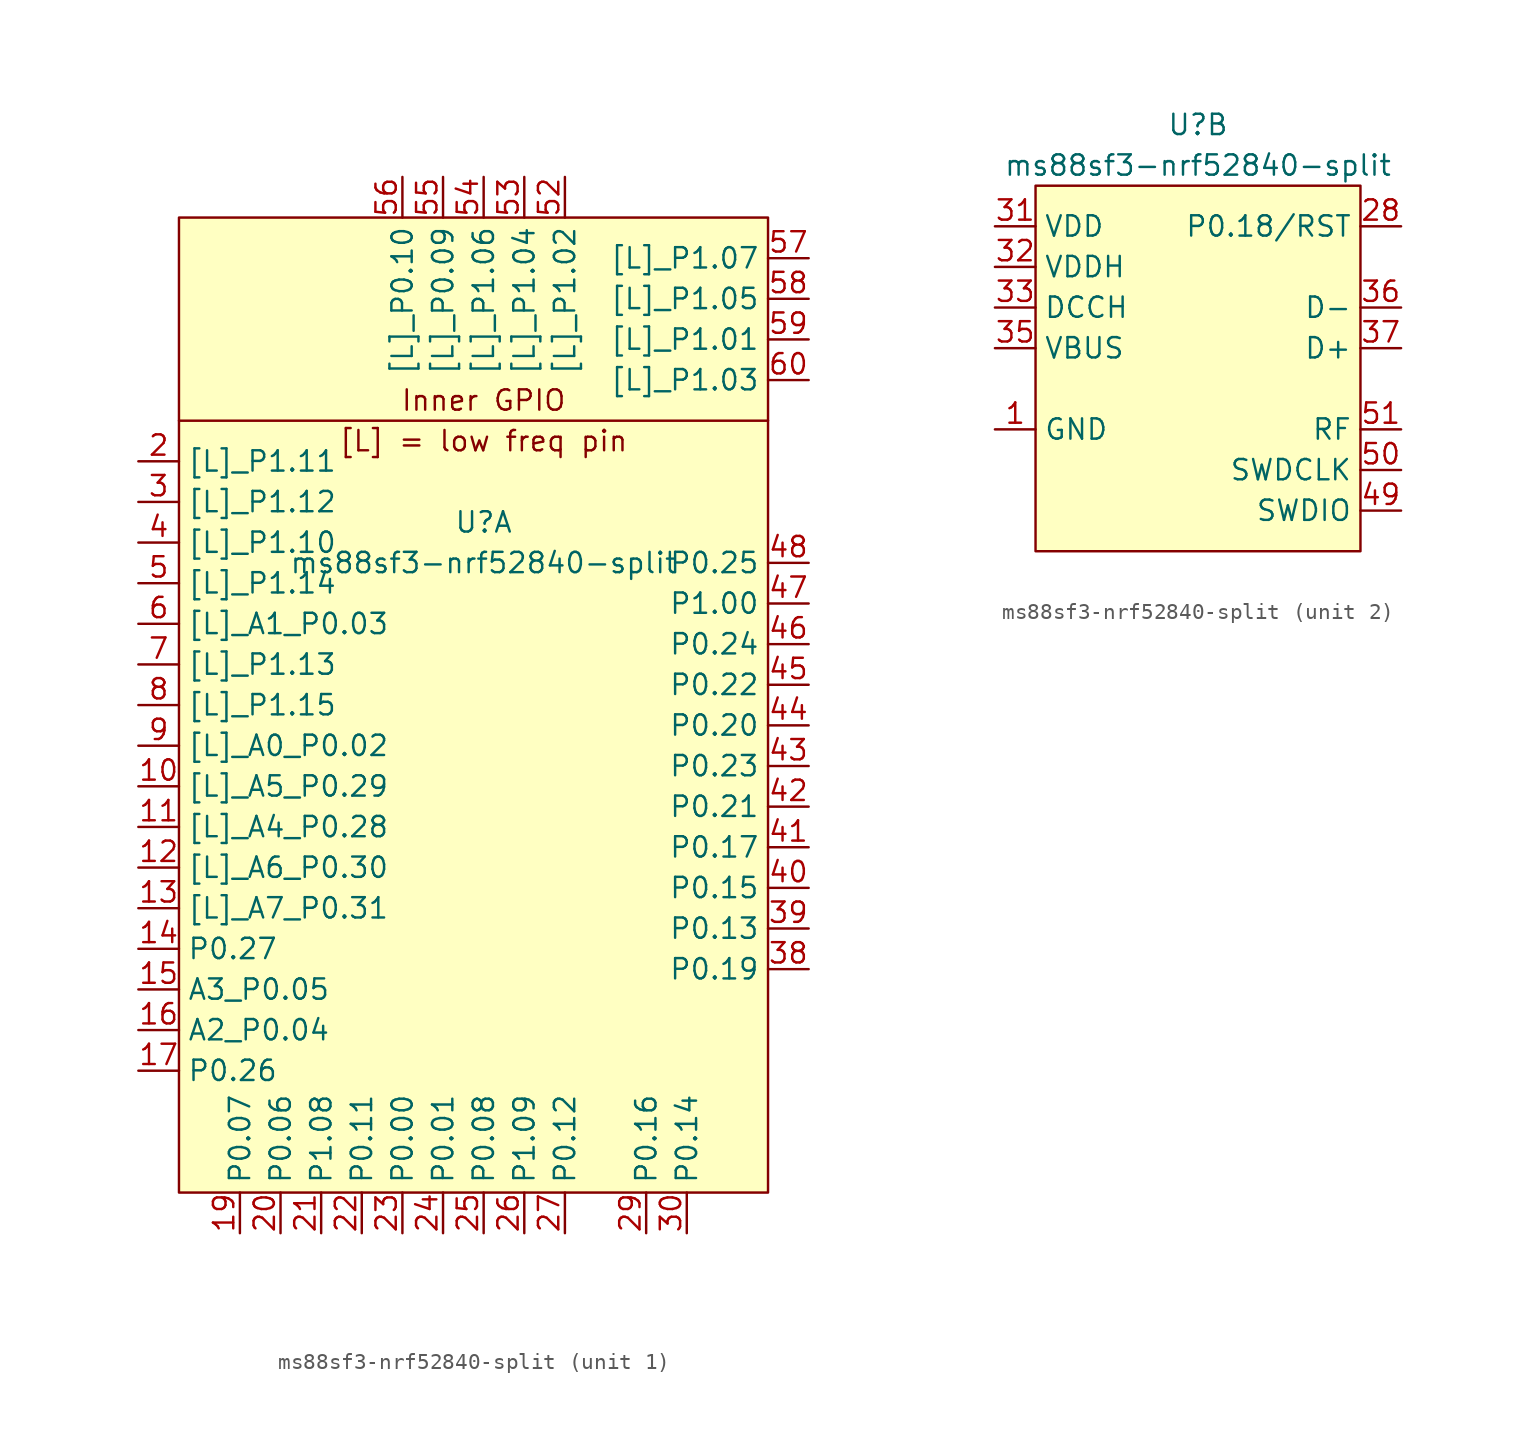
<source format=kicad_sym>
(kicad_symbol_lib
  (version 20220914)
  (generator kicad_symbol_editor)
  (symbol "ms88sf3-nrf52840-split"
    (property "Reference" "U"
      (at 0 11.43 0)
      (effects (font (size 1.27 1.27))))
    (property "Value" "ms88sf3-nrf52840-split"
      (at 0 8.89 0)
      (effects (font (size 1.27 1.27))))
    (property "ki_locked" ""
      (at 0 0 0)
      (effects (font (size 1.27 1.27))))
    (symbol "ms88sf3-nrf52840-split_1_1"
      (rectangle (start -19.05 30.48) (end 17.78 -30.48) (stroke (width 0.152) (type default)) (fill (type background)))
      (polyline (pts (xy 17.78 17.78) (xy -19.05 17.78)) (stroke (width 0.152) (type default)) (fill (type none)))
      (text "[L] = low freq pin" (at 0 16.51 0) (effects (font (size 1.27 1.27))))
      (text "Inner GPIO" (at 0 19.05 0) (effects (font (size 1.27 1.27))))
      (pin bidirectional line (at -21.59 -5.08 0) (length 2.54) (name "[L]_A5_P0.29" (effects (font (size 1.27 1.27)))) (number "10" (effects (font (size 1.27 1.27)))))
      (pin bidirectional line (at -21.59 -7.62 0) (length 2.54) (name "[L]_A4_P0.28" (effects (font (size 1.27 1.27)))) (number "11" (effects (font (size 1.27 1.27)))))
      (pin bidirectional line (at -21.59 -10.16 0) (length 2.54) (name "[L]_A6_P0.30" (effects (font (size 1.27 1.27)))) (number "12" (effects (font (size 1.27 1.27)))))
      (pin bidirectional line (at -21.59 -12.7 0) (length 2.54) (name "[L]_A7_P0.31" (effects (font (size 1.27 1.27)))) (number "13" (effects (font (size 1.27 1.27)))))
      (pin bidirectional line (at -21.59 -15.24 0) (length 2.54) (name "P0.27" (effects (font (size 1.27 1.27)))) (number "14" (effects (font (size 1.27 1.27)))))
      (pin bidirectional line (at -21.59 -17.78 0) (length 2.54) (name "A3_P0.05" (effects (font (size 1.27 1.27)))) (number "15" (effects (font (size 1.27 1.27)))))
      (pin bidirectional line (at -21.59 -20.32 0) (length 2.54) (name "A2_P0.04" (effects (font (size 1.27 1.27)))) (number "16" (effects (font (size 1.27 1.27)))))
      (pin bidirectional line (at -21.59 -22.86 0) (length 2.54) (name "P0.26" (effects (font (size 1.27 1.27)))) (number "17" (effects (font (size 1.27 1.27)))))
      (pin bidirectional line (at -15.24 -33.02 90) (length 2.54) (name "P0.07" (effects (font (size 1.27 1.27)))) (number "19" (effects (font (size 1.27 1.27)))))
      (pin bidirectional line (at -21.59 15.24 0) (length 2.54) (name "[L]_P1.11" (effects (font (size 1.27 1.27)))) (number "2" (effects (font (size 1.27 1.27)))))
      (pin bidirectional line (at -12.7 -33.02 90) (length 2.54) (name "P0.06" (effects (font (size 1.27 1.27)))) (number "20" (effects (font (size 1.27 1.27)))))
      (pin bidirectional line (at -10.16 -33.02 90) (length 2.54) (name "P1.08" (effects (font (size 1.27 1.27)))) (number "21" (effects (font (size 1.27 1.27)))))
      (pin bidirectional line (at -7.62 -33.02 90) (length 2.54) (name "P0.11" (effects (font (size 1.27 1.27)))) (number "22" (effects (font (size 1.27 1.27)))))
      (pin bidirectional line (at -5.08 -33.02 90) (length 2.54) (name "P0.00" (effects (font (size 1.27 1.27)))) (number "23" (effects (font (size 1.27 1.27)))))
      (pin bidirectional line (at -2.54 -33.02 90) (length 2.54) (name "P0.01" (effects (font (size 1.27 1.27)))) (number "24" (effects (font (size 1.27 1.27)))))
      (pin bidirectional line (at 0 -33.02 90) (length 2.54) (name "P0.08" (effects (font (size 1.27 1.27)))) (number "25" (effects (font (size 1.27 1.27)))))
      (pin bidirectional line (at 2.54 -33.02 90) (length 2.54) (name "P1.09" (effects (font (size 1.27 1.27)))) (number "26" (effects (font (size 1.27 1.27)))))
      (pin bidirectional line (at 5.08 -33.02 90) (length 2.54) (name "P0.12" (effects (font (size 1.27 1.27)))) (number "27" (effects (font (size 1.27 1.27)))))
      (pin bidirectional line (at 10.16 -33.02 90) (length 2.54) (name "P0.16" (effects (font (size 1.27 1.27)))) (number "29" (effects (font (size 1.27 1.27)))))
      (pin bidirectional line (at -21.59 12.7 0) (length 2.54) (name "[L]_P1.12" (effects (font (size 1.27 1.27)))) (number "3" (effects (font (size 1.27 1.27)))))
      (pin bidirectional line (at 12.7 -33.02 90) (length 2.54) (name "P0.14" (effects (font (size 1.27 1.27)))) (number "30" (effects (font (size 1.27 1.27)))))
      (pin bidirectional line (at 20.32 -16.51 180) (length 2.54) (name "P0.19" (effects (font (size 1.27 1.27)))) (number "38" (effects (font (size 1.27 1.27)))))
      (pin bidirectional line (at 20.32 -13.97 180) (length 2.54) (name "P0.13" (effects (font (size 1.27 1.27)))) (number "39" (effects (font (size 1.27 1.27)))))
      (pin bidirectional line (at -21.59 10.16 0) (length 2.54) (name "[L]_P1.10" (effects (font (size 1.27 1.27)))) (number "4" (effects (font (size 1.27 1.27)))))
      (pin bidirectional line (at 20.32 -11.43 180) (length 2.54) (name "P0.15" (effects (font (size 1.27 1.27)))) (number "40" (effects (font (size 1.27 1.27)))))
      (pin bidirectional line (at 20.32 -8.89 180) (length 2.54) (name "P0.17" (effects (font (size 1.27 1.27)))) (number "41" (effects (font (size 1.27 1.27)))))
      (pin bidirectional line (at 20.32 -6.35 180) (length 2.54) (name "P0.21" (effects (font (size 1.27 1.27)))) (number "42" (effects (font (size 1.27 1.27)))))
      (pin bidirectional line (at 20.32 -3.81 180) (length 2.54) (name "P0.23" (effects (font (size 1.27 1.27)))) (number "43" (effects (font (size 1.27 1.27)))))
      (pin bidirectional line (at 20.32 -1.27 180) (length 2.54) (name "P0.20" (effects (font (size 1.27 1.27)))) (number "44" (effects (font (size 1.27 1.27)))))
      (pin bidirectional line (at 20.32 1.27 180) (length 2.54) (name "P0.22" (effects (font (size 1.27 1.27)))) (number "45" (effects (font (size 1.27 1.27)))))
      (pin bidirectional line (at 20.32 3.81 180) (length 2.54) (name "P0.24" (effects (font (size 1.27 1.27)))) (number "46" (effects (font (size 1.27 1.27)))))
      (pin bidirectional line (at 20.32 6.35 180) (length 2.54) (name "P1.00" (effects (font (size 1.27 1.27)))) (number "47" (effects (font (size 1.27 1.27)))))
      (pin bidirectional line (at 20.32 8.89 180) (length 2.54) (name "P0.25" (effects (font (size 1.27 1.27)))) (number "48" (effects (font (size 1.27 1.27)))))
      (pin bidirectional line (at -21.59 7.62 0) (length 2.54) (name "[L]_P1.14" (effects (font (size 1.27 1.27)))) (number "5" (effects (font (size 1.27 1.27)))))
      (pin bidirectional line (at 5.08 33.02 270) (length 2.54) (name "[L]_P1.02" (effects (font (size 1.27 1.27)))) (number "52" (effects (font (size 1.27 1.27)))))
      (pin bidirectional line (at 2.54 33.02 270) (length 2.54) (name "[L]_P1.04" (effects (font (size 1.27 1.27)))) (number "53" (effects (font (size 1.27 1.27)))))
      (pin bidirectional line (at 0 33.02 270) (length 2.54) (name "[L]_P1.06" (effects (font (size 1.27 1.27)))) (number "54" (effects (font (size 1.27 1.27)))))
      (pin bidirectional line (at -2.54 33.02 270) (length 2.54) (name "[L]_P0.09" (effects (font (size 1.27 1.27)))) (number "55" (effects (font (size 1.27 1.27)))))
      (pin bidirectional line (at -5.08 33.02 270) (length 2.54) (name "[L]_P0.10" (effects (font (size 1.27 1.27)))) (number "56" (effects (font (size 1.27 1.27)))))
      (pin bidirectional line (at 20.32 27.94 180) (length 2.54) (name "[L]_P1.07" (effects (font (size 1.27 1.27)))) (number "57" (effects (font (size 1.27 1.27)))))
      (pin bidirectional line (at 20.32 25.4 180) (length 2.54) (name "[L]_P1.05" (effects (font (size 1.27 1.27)))) (number "58" (effects (font (size 1.27 1.27)))))
      (pin bidirectional line (at 20.32 22.86 180) (length 2.54) (name "[L]_P1.01" (effects (font (size 1.27 1.27)))) (number "59" (effects (font (size 1.27 1.27)))))
      (pin bidirectional line (at -21.59 5.08 0) (length 2.54) (name "[L]_A1_P0.03" (effects (font (size 1.27 1.27)))) (number "6" (effects (font (size 1.27 1.27)))))
      (pin bidirectional line (at 20.32 20.32 180) (length 2.54) (name "[L]_P1.03" (effects (font (size 1.27 1.27)))) (number "60" (effects (font (size 1.27 1.27)))))
      (pin bidirectional line (at -21.59 2.54 0) (length 2.54) (name "[L]_P1.13" (effects (font (size 1.27 1.27)))) (number "7" (effects (font (size 1.27 1.27)))))
      (pin bidirectional line (at -21.59 0 0) (length 2.54) (name "[L]_P1.15" (effects (font (size 1.27 1.27)))) (number "8" (effects (font (size 1.27 1.27)))))
      (pin bidirectional line (at -21.59 -2.54 0) (length 2.54) (name "[L]_A0_P0.02" (effects (font (size 1.27 1.27)))) (number "9" (effects (font (size 1.27 1.27))))))
    (symbol "ms88sf3-nrf52840-split_2_1"
      (rectangle (start -10.16 7.62) (end 10.16 -15.24) (stroke (width 0.152) (type default)) (fill (type background)))
      (pin power_in line (at -12.7 -7.62 0) (length 2.54) (name "GND" (effects (font (size 1.27 1.27)))) (number "1" (effects (font (size 1.27 1.27)))))
      (pin power_in line (at -12.7 -7.62 0) (length 2.54) hide (name "GND" (effects (font (size 1.27 1.27)))) (number "18" (effects (font (size 1.27 1.27)))))
      (pin bidirectional line (at 12.7 5.08 180) (length 2.54) (name "P0.18/RST" (effects (font (size 1.27 1.27)))) (number "28" (effects (font (size 1.27 1.27)))))
      (pin power_in line (at -12.7 5.08 0) (length 2.54) (name "VDD" (effects (font (size 1.27 1.27)))) (number "31" (effects (font (size 1.27 1.27)))))
      (pin bidirectional line (at -12.7 2.54 0) (length 2.54) (name "VDDH" (effects (font (size 1.27 1.27)))) (number "32" (effects (font (size 1.27 1.27)))))
      (pin bidirectional line (at -12.7 0 0) (length 2.54) (name "DCCH" (effects (font (size 1.27 1.27)))) (number "33" (effects (font (size 1.27 1.27)))))
      (pin power_in line (at -12.7 -7.62 0) (length 2.54) hide (name "GND" (effects (font (size 1.27 1.27)))) (number "34" (effects (font (size 1.27 1.27)))))
      (pin power_in line (at -12.7 -2.54 0) (length 2.54) (name "VBUS" (effects (font (size 1.27 1.27)))) (number "35" (effects (font (size 1.27 1.27)))))
      (pin bidirectional line (at 12.7 0 180) (length 2.54) (name "D-" (effects (font (size 1.27 1.27)))) (number "36" (effects (font (size 1.27 1.27)))))
      (pin bidirectional line (at 12.7 -2.54 180) (length 2.54) (name "D+" (effects (font (size 1.27 1.27)))) (number "37" (effects (font (size 1.27 1.27)))))
      (pin bidirectional line (at 12.7 -12.7 180) (length 2.54) (name "SWDIO" (effects (font (size 1.27 1.27)))) (number "49" (effects (font (size 1.27 1.27)))))
      (pin bidirectional line (at 12.7 -10.16 180) (length 2.54) (name "SWDCLK" (effects (font (size 1.27 1.27)))) (number "50" (effects (font (size 1.27 1.27)))))
      (pin input line (at 12.7 -7.62 180) (length 2.54) (name "RF" (effects (font (size 1.27 1.27)))) (number "51" (effects (font (size 1.27 1.27)))))
      (pin power_in line (at -12.7 -7.62 0) (length 2.54) hide (name "GND" (effects (font (size 1.27 1.27)))) (number "61" (effects (font (size 1.27 1.27)))))
      (pin power_in line (at -12.7 -7.62 0) (length 2.54) hide (name "GND" (effects (font (size 1.27 1.27)))) (number "62" (effects (font (size 1.27 1.27)))))
      (pin power_in line (at -12.7 -7.62 0) (length 2.54) hide (name "GND" (effects (font (size 1.27 1.27)))) (number "63" (effects (font (size 1.27 1.27)))))
      (pin power_in line (at -12.7 -7.62 0) (length 2.54) hide (name "GND" (effects (font (size 1.27 1.27)))) (number "64" (effects (font (size 1.27 1.27))))))))
</source>
